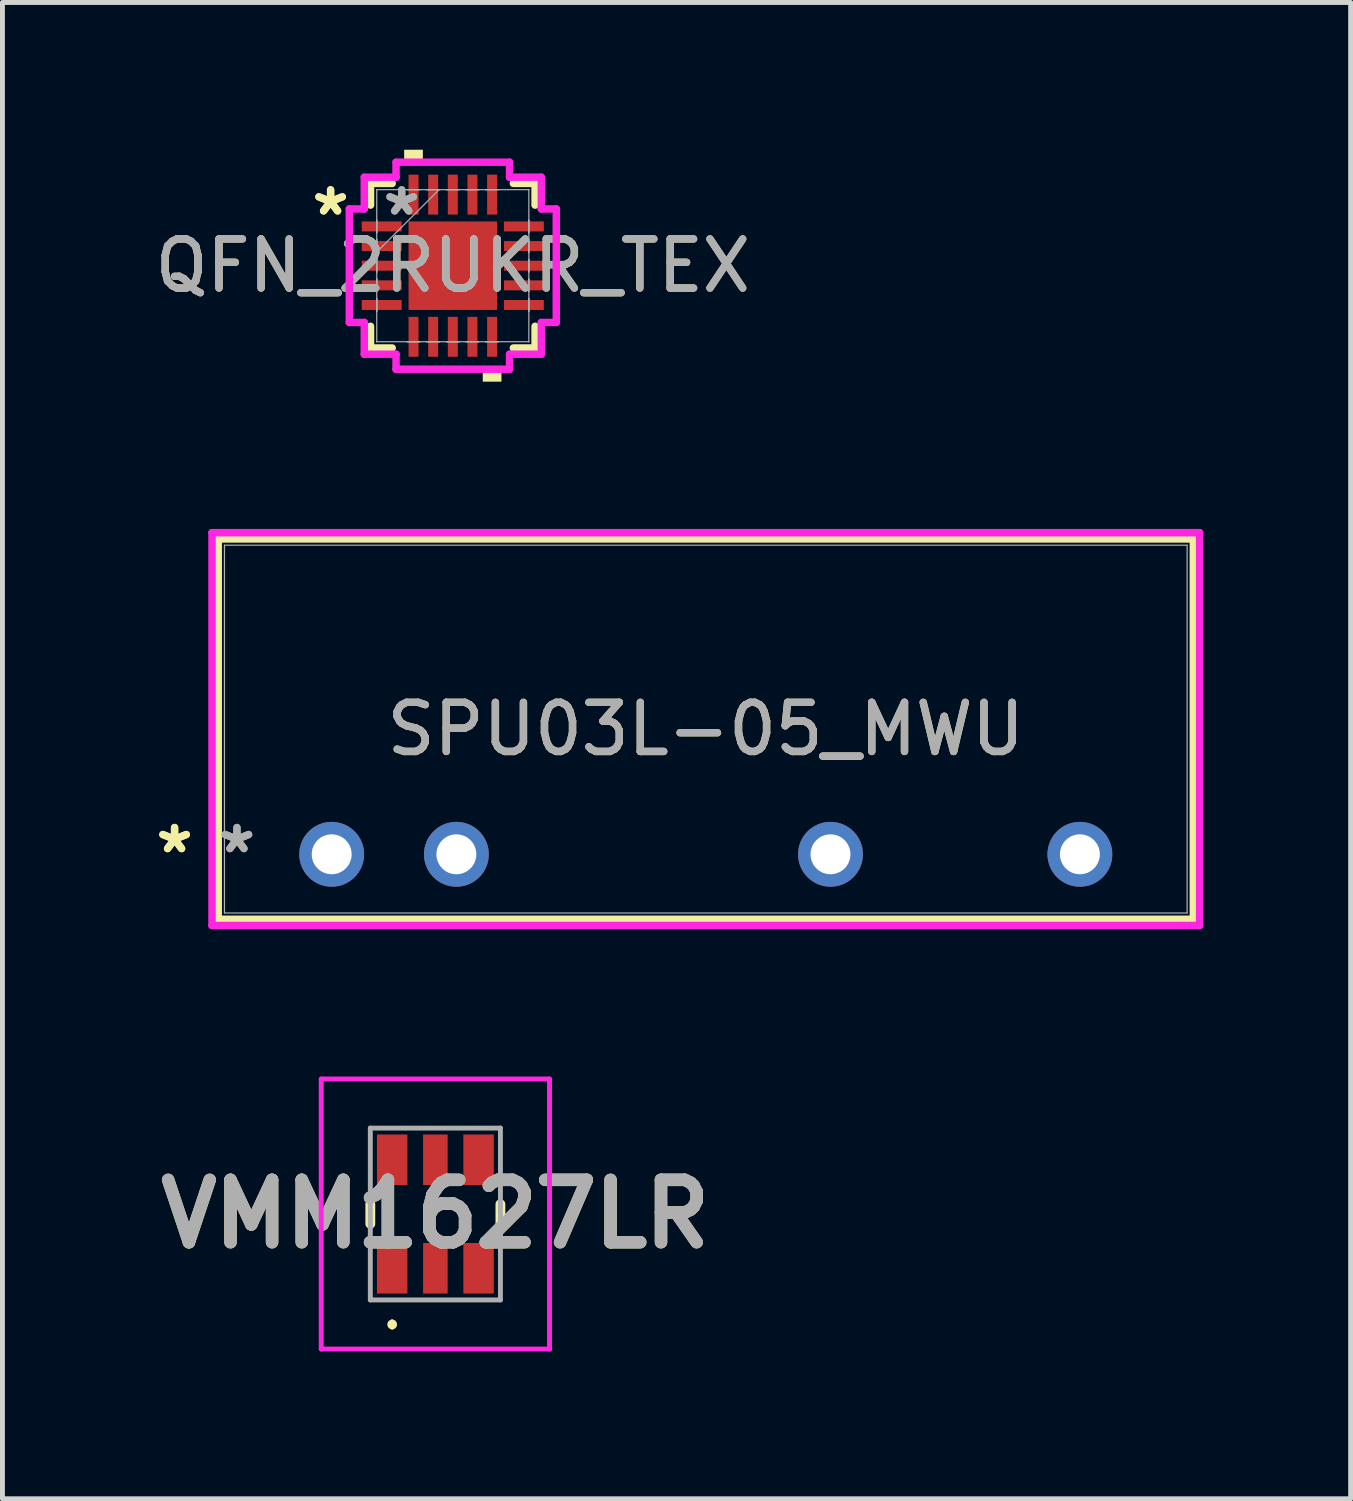
<source format=kicad_pcb>
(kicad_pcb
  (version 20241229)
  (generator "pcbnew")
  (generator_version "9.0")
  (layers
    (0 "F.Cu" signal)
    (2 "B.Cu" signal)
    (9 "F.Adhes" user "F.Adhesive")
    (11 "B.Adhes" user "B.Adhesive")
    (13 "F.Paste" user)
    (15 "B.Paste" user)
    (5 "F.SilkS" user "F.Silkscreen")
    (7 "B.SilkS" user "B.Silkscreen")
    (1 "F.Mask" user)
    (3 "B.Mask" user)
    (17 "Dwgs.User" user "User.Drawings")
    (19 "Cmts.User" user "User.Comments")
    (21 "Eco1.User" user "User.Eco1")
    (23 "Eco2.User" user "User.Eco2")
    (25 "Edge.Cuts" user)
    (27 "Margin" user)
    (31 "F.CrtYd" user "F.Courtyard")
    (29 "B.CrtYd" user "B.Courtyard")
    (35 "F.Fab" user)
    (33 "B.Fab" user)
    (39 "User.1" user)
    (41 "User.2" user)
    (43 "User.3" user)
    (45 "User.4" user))
  (footprint "QFN_2RUKR_TEX"
    (layer "F.Cu")
    (at 6.173 2.362)
    (property "Reference" "QFN_2RUKR_TEX" (at 0 0 0) (unlocked yes) (layer "F.SilkS") (effects (font (size 1 1) (thickness 0.15))))
    (attr smd)
    (fp_line (start -1.676 -1.676) (end -1.676 -1.234) (stroke (width 0.152) (type solid)) (layer "F.SilkS"))
    (fp_line (start -1.676 1.234) (end -1.676 1.676) (stroke (width 0.152) (type solid)) (layer "F.SilkS"))
    (fp_line (start -1.676 1.676) (end -1.234 1.676) (stroke (width 0.152) (type solid)) (layer "F.SilkS"))
    (fp_line (start -1.234 -1.676) (end -1.676 -1.676) (stroke (width 0.152) (type solid)) (layer "F.SilkS"))
    (fp_line (start 1.234 1.676) (end 1.676 1.676) (stroke (width 0.152) (type solid)) (layer "F.SilkS"))
    (fp_line (start 1.676 -1.676) (end 1.234 -1.676) (stroke (width 0.152) (type solid)) (layer "F.SilkS"))
    (fp_line (start 1.676 -1.234) (end 1.676 -1.676) (stroke (width 0.152) (type solid)) (layer "F.SilkS"))
    (fp_line (start 1.676 1.676) (end 1.676 1.234) (stroke (width 0.152) (type solid)) (layer "F.SilkS"))
    (fp_poly (pts (xy -0.991 -2.108) (xy -0.991 -2.362) (xy -0.61 -2.362) (xy -0.61 -2.108)) (stroke (width 0) (type solid)) (fill yes) (layer "F.SilkS"))
    (fp_poly (pts (xy 0.61 2.108) (xy 0.61 2.362) (xy 0.991 2.362) (xy 0.991 2.108)) (stroke (width 0) (type solid)) (fill yes) (layer "F.SilkS"))
    (fp_line (start -2.108 -1.156) (end -1.803 -1.156) (stroke (width 0.152) (type solid)) (layer "F.CrtYd"))
    (fp_line (start -2.108 1.156) (end -2.108 -1.156) (stroke (width 0.152) (type solid)) (layer "F.CrtYd"))
    (fp_line (start -1.803 -1.803) (end -1.156 -1.803) (stroke (width 0.152) (type solid)) (layer "F.CrtYd"))
    (fp_line (start -1.803 -1.156) (end -1.803 -1.803) (stroke (width 0.152) (type solid)) (layer "F.CrtYd"))
    (fp_line (start -1.803 1.156) (end -2.108 1.156) (stroke (width 0.152) (type solid)) (layer "F.CrtYd"))
    (fp_line (start -1.803 1.803) (end -1.803 1.156) (stroke (width 0.152) (type solid)) (layer "F.CrtYd"))
    (fp_line (start -1.156 -2.108) (end 1.156 -2.108) (stroke (width 0.152) (type solid)) (layer "F.CrtYd"))
    (fp_line (start -1.156 -1.803) (end -1.156 -2.108) (stroke (width 0.152) (type solid)) (layer "F.CrtYd"))
    (fp_line (start -1.156 1.803) (end -1.803 1.803) (stroke (width 0.152) (type solid)) (layer "F.CrtYd"))
    (fp_line (start -1.156 2.108) (end -1.156 1.803) (stroke (width 0.152) (type solid)) (layer "F.CrtYd"))
    (fp_line (start 1.156 -2.108) (end 1.156 -1.803) (stroke (width 0.152) (type solid)) (layer "F.CrtYd"))
    (fp_line (start 1.156 -1.803) (end 1.803 -1.803) (stroke (width 0.152) (type solid)) (layer "F.CrtYd"))
    (fp_line (start 1.156 1.803) (end 1.156 2.108) (stroke (width 0.152) (type solid)) (layer "F.CrtYd"))
    (fp_line (start 1.156 2.108) (end -1.156 2.108) (stroke (width 0.152) (type solid)) (layer "F.CrtYd"))
    (fp_line (start 1.803 -1.803) (end 1.803 -1.156) (stroke (width 0.152) (type solid)) (layer "F.CrtYd"))
    (fp_line (start 1.803 -1.156) (end 2.108 -1.156) (stroke (width 0.152) (type solid)) (layer "F.CrtYd"))
    (fp_line (start 1.803 1.156) (end 1.803 1.803) (stroke (width 0.152) (type solid)) (layer "F.CrtYd"))
    (fp_line (start 1.803 1.803) (end 1.156 1.803) (stroke (width 0.152) (type solid)) (layer "F.CrtYd"))
    (fp_line (start 2.108 -1.156) (end 2.108 1.156) (stroke (width 0.152) (type solid)) (layer "F.CrtYd"))
    (fp_line (start 2.108 1.156) (end 1.803 1.156) (stroke (width 0.152) (type solid)) (layer "F.CrtYd"))
    (fp_line (start -1.549 -1.549) (end -1.549 -1.549) (stroke (width 0.025) (type solid)) (layer "F.Fab"))
    (fp_line (start -1.549 -1.549) (end -1.549 1.549) (stroke (width 0.025) (type solid)) (layer "F.Fab"))
    (fp_line (start -1.549 -0.927) (end -1.549 -0.927) (stroke (width 0.025) (type solid)) (layer "F.Fab"))
    (fp_line (start -1.549 -0.927) (end -1.549 -0.673) (stroke (width 0.025) (type solid)) (layer "F.Fab"))
    (fp_line (start -1.549 -0.673) (end -1.549 -0.927) (stroke (width 0.025) (type solid)) (layer "F.Fab"))
    (fp_line (start -1.549 -0.673) (end -1.549 -0.673) (stroke (width 0.025) (type solid)) (layer "F.Fab"))
    (fp_line (start -1.549 -0.527) (end -1.549 -0.527) (stroke (width 0.025) (type solid)) (layer "F.Fab"))
    (fp_line (start -1.549 -0.527) (end -1.549 -0.273) (stroke (width 0.025) (type solid)) (layer "F.Fab"))
    (fp_line (start -1.549 -0.279) (end -0.279 -1.549) (stroke (width 0.025) (type solid)) (layer "F.Fab"))
    (fp_line (start -1.549 -0.273) (end -1.549 -0.527) (stroke (width 0.025) (type solid)) (layer "F.Fab"))
    (fp_line (start -1.549 -0.273) (end -1.549 -0.273) (stroke (width 0.025) (type solid)) (layer "F.Fab"))
    (fp_line (start -1.549 -0.127) (end -1.549 -0.127) (stroke (width 0.025) (type solid)) (layer "F.Fab"))
    (fp_line (start -1.549 -0.127) (end -1.549 0.127) (stroke (width 0.025) (type solid)) (layer "F.Fab"))
    (fp_line (start -1.549 0.127) (end -1.549 -0.127) (stroke (width 0.025) (type solid)) (layer "F.Fab"))
    (fp_line (start -1.549 0.127) (end -1.549 0.127) (stroke (width 0.025) (type solid)) (layer "F.Fab"))
    (fp_line (start -1.549 0.273) (end -1.549 0.273) (stroke (width 0.025) (type solid)) (layer "F.Fab"))
    (fp_line (start -1.549 0.273) (end -1.549 0.527) (stroke (width 0.025) (type solid)) (layer "F.Fab"))
    (fp_line (start -1.549 0.527) (end -1.549 0.273) (stroke (width 0.025) (type solid)) (layer "F.Fab"))
    (fp_line (start -1.549 0.527) (end -1.549 0.527) (stroke (width 0.025) (type solid)) (layer "F.Fab"))
    (fp_line (start -1.549 0.673) (end -1.549 0.673) (stroke (width 0.025) (type solid)) (layer "F.Fab"))
    (fp_line (start -1.549 0.673) (end -1.549 0.927) (stroke (width 0.025) (type solid)) (layer "F.Fab"))
    (fp_line (start -1.549 0.927) (end -1.549 0.673) (stroke (width 0.025) (type solid)) (layer "F.Fab"))
    (fp_line (start -1.549 0.927) (end -1.549 0.927) (stroke (width 0.025) (type solid)) (layer "F.Fab"))
    (fp_line (start -1.549 1.549) (end -1.549 1.549) (stroke (width 0.025) (type solid)) (layer "F.Fab"))
    (fp_line (start -1.549 1.549) (end 1.549 1.549) (stroke (width 0.025) (type solid)) (layer "F.Fab"))
    (fp_line (start -0.927 -1.549) (end -0.927 -1.549) (stroke (width 0.025) (type solid)) (layer "F.Fab"))
    (fp_line (start -0.927 -1.549) (end -0.673 -1.549) (stroke (width 0.025) (type solid)) (layer "F.Fab"))
    (fp_line (start -0.927 1.549) (end -0.927 1.549) (stroke (width 0.025) (type solid)) (layer "F.Fab"))
    (fp_line (start -0.927 1.549) (end -0.673 1.549) (stroke (width 0.025) (type solid)) (layer "F.Fab"))
    (fp_line (start -0.673 -1.549) (end -0.927 -1.549) (stroke (width 0.025) (type solid)) (layer "F.Fab"))
    (fp_line (start -0.673 -1.549) (end -0.673 -1.549) (stroke (width 0.025) (type solid)) (layer "F.Fab"))
    (fp_line (start -0.673 1.549) (end -0.927 1.549) (stroke (width 0.025) (type solid)) (layer "F.Fab"))
    (fp_line (start -0.673 1.549) (end -0.673 1.549) (stroke (width 0.025) (type solid)) (layer "F.Fab"))
    (fp_line (start -0.527 -1.549) (end -0.527 -1.549) (stroke (width 0.025) (type solid)) (layer "F.Fab"))
    (fp_line (start -0.527 -1.549) (end -0.273 -1.549) (stroke (width 0.025) (type solid)) (layer "F.Fab"))
    (fp_line (start -0.527 1.549) (end -0.527 1.549) (stroke (width 0.025) (type solid)) (layer "F.Fab"))
    (fp_line (start -0.527 1.549) (end -0.273 1.549) (stroke (width 0.025) (type solid)) (layer "F.Fab"))
    (fp_line (start -0.273 -1.549) (end -0.527 -1.549) (stroke (width 0.025) (type solid)) (layer "F.Fab"))
    (fp_line (start -0.273 -1.549) (end -0.273 -1.549) (stroke (width 0.025) (type solid)) (layer "F.Fab"))
    (fp_line (start -0.273 1.549) (end -0.527 1.549) (stroke (width 0.025) (type solid)) (layer "F.Fab"))
    (fp_line (start -0.273 1.549) (end -0.273 1.549) (stroke (width 0.025) (type solid)) (layer "F.Fab"))
    (fp_line (start -0.127 -1.549) (end -0.127 -1.549) (stroke (width 0.025) (type solid)) (layer "F.Fab"))
    (fp_line (start -0.127 -1.549) (end 0.127 -1.549) (stroke (width 0.025) (type solid)) (layer "F.Fab"))
    (fp_line (start -0.127 1.549) (end -0.127 1.549) (stroke (width 0.025) (type solid)) (layer "F.Fab"))
    (fp_line (start -0.127 1.549) (end 0.127 1.549) (stroke (width 0.025) (type solid)) (layer "F.Fab"))
    (fp_line (start 0.127 -1.549) (end -0.127 -1.549) (stroke (width 0.025) (type solid)) (layer "F.Fab"))
    (fp_line (start 0.127 -1.549) (end 0.127 -1.549) (stroke (width 0.025) (type solid)) (layer "F.Fab"))
    (fp_line (start 0.127 1.549) (end -0.127 1.549) (stroke (width 0.025) (type solid)) (layer "F.Fab"))
    (fp_line (start 0.127 1.549) (end 0.127 1.549) (stroke (width 0.025) (type solid)) (layer "F.Fab"))
    (fp_line (start 0.273 -1.549) (end 0.273 -1.549) (stroke (width 0.025) (type solid)) (layer "F.Fab"))
    (fp_line (start 0.273 -1.549) (end 0.527 -1.549) (stroke (width 0.025) (type solid)) (layer "F.Fab"))
    (fp_line (start 0.273 1.549) (end 0.273 1.549) (stroke (width 0.025) (type solid)) (layer "F.Fab"))
    (fp_line (start 0.273 1.549) (end 0.527 1.549) (stroke (width 0.025) (type solid)) (layer "F.Fab"))
    (fp_line (start 0.527 -1.549) (end 0.273 -1.549) (stroke (width 0.025) (type solid)) (layer "F.Fab"))
    (fp_line (start 0.527 -1.549) (end 0.527 -1.549) (stroke (width 0.025) (type solid)) (layer "F.Fab"))
    (fp_line (start 0.527 1.549) (end 0.273 1.549) (stroke (width 0.025) (type solid)) (layer "F.Fab"))
    (fp_line (start 0.527 1.549) (end 0.527 1.549) (stroke (width 0.025) (type solid)) (layer "F.Fab"))
    (fp_line (start 0.673 -1.549) (end 0.673 -1.549) (stroke (width 0.025) (type solid)) (layer "F.Fab"))
    (fp_line (start 0.673 -1.549) (end 0.927 -1.549) (stroke (width 0.025) (type solid)) (layer "F.Fab"))
    (fp_line (start 0.673 1.549) (end 0.673 1.549) (stroke (width 0.025) (type solid)) (layer "F.Fab"))
    (fp_line (start 0.673 1.549) (end 0.927 1.549) (stroke (width 0.025) (type solid)) (layer "F.Fab"))
    (fp_line (start 0.927 -1.549) (end 0.673 -1.549) (stroke (width 0.025) (type solid)) (layer "F.Fab"))
    (fp_line (start 0.927 -1.549) (end 0.927 -1.549) (stroke (width 0.025) (type solid)) (layer "F.Fab"))
    (fp_line (start 0.927 1.549) (end 0.673 1.549) (stroke (width 0.025) (type solid)) (layer "F.Fab"))
    (fp_line (start 0.927 1.549) (end 0.927 1.549) (stroke (width 0.025) (type solid)) (layer "F.Fab"))
    (fp_line (start 1.549 -1.549) (end -1.549 -1.549) (stroke (width 0.025) (type solid)) (layer "F.Fab"))
    (fp_line (start 1.549 -1.549) (end 1.549 -1.549) (stroke (width 0.025) (type solid)) (layer "F.Fab"))
    (fp_line (start 1.549 -0.927) (end 1.549 -0.927) (stroke (width 0.025) (type solid)) (layer "F.Fab"))
    (fp_line (start 1.549 -0.927) (end 1.549 -0.673) (stroke (width 0.025) (type solid)) (layer "F.Fab"))
    (fp_line (start 1.549 -0.673) (end 1.549 -0.927) (stroke (width 0.025) (type solid)) (layer "F.Fab"))
    (fp_line (start 1.549 -0.673) (end 1.549 -0.673) (stroke (width 0.025) (type solid)) (layer "F.Fab"))
    (fp_line (start 1.549 -0.527) (end 1.549 -0.527) (stroke (width 0.025) (type solid)) (layer "F.Fab"))
    (fp_line (start 1.549 -0.527) (end 1.549 -0.273) (stroke (width 0.025) (type solid)) (layer "F.Fab"))
    (fp_line (start 1.549 -0.273) (end 1.549 -0.527) (stroke (width 0.025) (type solid)) (layer "F.Fab"))
    (fp_line (start 1.549 -0.273) (end 1.549 -0.273) (stroke (width 0.025) (type solid)) (layer "F.Fab"))
    (fp_line (start 1.549 -0.127) (end 1.549 -0.127) (stroke (width 0.025) (type solid)) (layer "F.Fab"))
    (fp_line (start 1.549 -0.127) (end 1.549 0.127) (stroke (width 0.025) (type solid)) (layer "F.Fab"))
    (fp_line (start 1.549 0.127) (end 1.549 -0.127) (stroke (width 0.025) (type solid)) (layer "F.Fab"))
    (fp_line (start 1.549 0.127) (end 1.549 0.127) (stroke (width 0.025) (type solid)) (layer "F.Fab"))
    (fp_line (start 1.549 0.273) (end 1.549 0.273) (stroke (width 0.025) (type solid)) (layer "F.Fab"))
    (fp_line (start 1.549 0.273) (end 1.549 0.527) (stroke (width 0.025) (type solid)) (layer "F.Fab"))
    (fp_line (start 1.549 0.527) (end 1.549 0.273) (stroke (width 0.025) (type solid)) (layer "F.Fab"))
    (fp_line (start 1.549 0.527) (end 1.549 0.527) (stroke (width 0.025) (type solid)) (layer "F.Fab"))
    (fp_line (start 1.549 0.673) (end 1.549 0.673) (stroke (width 0.025) (type solid)) (layer "F.Fab"))
    (fp_line (start 1.549 0.673) (end 1.549 0.927) (stroke (width 0.025) (type solid)) (layer "F.Fab"))
    (fp_line (start 1.549 0.927) (end 1.549 0.673) (stroke (width 0.025) (type solid)) (layer "F.Fab"))
    (fp_line (start 1.549 0.927) (end 1.549 0.927) (stroke (width 0.025) (type solid)) (layer "F.Fab"))
    (fp_line (start 1.549 1.549) (end 1.549 -1.549) (stroke (width 0.025) (type solid)) (layer "F.Fab"))
    (fp_line (start 1.549 1.549) (end 1.549 1.549) (stroke (width 0.025) (type solid)) (layer "F.Fab"))
    (fp_text user "*" (at -2.489 -1 0) (layer "F.SilkS") (effects (font (size 1 1) (thickness 0.15))))
    (fp_text user "*" (at -2.489 -1 0) (unlocked yes) (layer "F.SilkS") (effects (font (size 1 1) (thickness 0.15))))
    (fp_text user "${REFERENCE}" (at 0 0 0) (unlocked yes) (layer "F.Fab") (effects (font (size 1 1) (thickness 0.15))))
    (fp_text user "*" (at -1.041 -1 0) (layer "F.Fab") (effects (font (size 1 1) (thickness 0.15))))
    (fp_text user "*" (at -1.041 -1 0) (unlocked yes) (layer "F.Fab") (effects (font (size 1 1) (thickness 0.15))))
    (pad "1" smd rect (at -1.448 -0.8 90) (size 0.203 0.813) (layers "F.Cu" "F.Mask" "F.Paste"))
    (pad "2" smd rect (at -1.448 -0.4 90) (size 0.203 0.813) (layers "F.Cu" "F.Mask" "F.Paste"))
    (pad "3" smd rect (at -1.448 0 90) (size 0.203 0.813) (layers "F.Cu" "F.Mask" "F.Paste"))
    (pad "4" smd rect (at -1.448 0.4 90) (size 0.203 0.813) (layers "F.Cu" "F.Mask" "F.Paste"))
    (pad "5" smd rect (at -1.448 0.8 90) (size 0.203 0.813) (layers "F.Cu" "F.Mask" "F.Paste"))
    (pad "6" smd rect (at -0.8 1.448) (size 0.203 0.813) (layers "F.Cu" "F.Mask" "F.Paste"))
    (pad "7" smd rect (at -0.4 1.448) (size 0.203 0.813) (layers "F.Cu" "F.Mask" "F.Paste"))
    (pad "8" smd rect (at 0 1.448) (size 0.203 0.813) (layers "F.Cu" "F.Mask" "F.Paste"))
    (pad "9" smd rect (at 0.4 1.448) (size 0.203 0.813) (layers "F.Cu" "F.Mask" "F.Paste"))
    (pad "10" smd rect (at 0.8 1.448) (size 0.203 0.813) (layers "F.Cu" "F.Mask" "F.Paste"))
    (pad "11" smd rect (at 1.448 0.8 90) (size 0.203 0.813) (layers "F.Cu" "F.Mask" "F.Paste"))
    (pad "12" smd rect (at 1.448 0.4 90) (size 0.203 0.813) (layers "F.Cu" "F.Mask" "F.Paste"))
    (pad "13" smd rect (at 1.448 0 90) (size 0.203 0.813) (layers "F.Cu" "F.Mask" "F.Paste"))
    (pad "14" smd rect (at 1.448 -0.4 90) (size 0.203 0.813) (layers "F.Cu" "F.Mask" "F.Paste"))
    (pad "15" smd rect (at 1.448 -0.8 90) (size 0.203 0.813) (layers "F.Cu" "F.Mask" "F.Paste"))
    (pad "16" smd rect (at 0.8 -1.448) (size 0.203 0.813) (layers "F.Cu" "F.Mask" "F.Paste"))
    (pad "17" smd rect (at 0.4 -1.448) (size 0.203 0.813) (layers "F.Cu" "F.Mask" "F.Paste"))
    (pad "18" smd rect (at 0 -1.448) (size 0.203 0.813) (layers "F.Cu" "F.Mask" "F.Paste"))
    (pad "19" smd rect (at -0.4 -1.448) (size 0.203 0.813) (layers "F.Cu" "F.Mask" "F.Paste"))
    (pad "20" smd rect (at -0.8 -1.448) (size 0.203 0.813) (layers "F.Cu" "F.Mask" "F.Paste"))
    (pad "21" smd rect (at 0 0) (size 1.803 1.803) (layers "F.Cu" "F.Mask" "F.Paste")))
  (footprint "SPU03L-05_MWU"
    (layer "F.Cu")
    (at 3.706 14.351)
    (property "Reference" "SPU03L-05_MWU" (at 7.62 -2.55 0) (unlocked yes) (layer "F.SilkS") (effects (font (size 1 1) (thickness 0.15))))
    (attr through_hole)
    (fp_line (start -2.311 -6.423) (end -2.311 1.323) (stroke (width 0.152) (type solid)) (layer "F.SilkS"))
    (fp_line (start -2.311 1.323) (end 17.551 1.323) (stroke (width 0.152) (type solid)) (layer "F.SilkS"))
    (fp_line (start 17.551 -6.423) (end -2.311 -6.423) (stroke (width 0.152) (type solid)) (layer "F.SilkS"))
    (fp_line (start 17.551 1.323) (end 17.551 -6.423) (stroke (width 0.152) (type solid)) (layer "F.SilkS"))
    (fp_line (start -2.438 -6.551) (end 17.678 -6.551) (stroke (width 0.152) (type solid)) (layer "F.CrtYd"))
    (fp_line (start -2.438 1.45) (end -2.438 -6.551) (stroke (width 0.152) (type solid)) (layer "F.CrtYd"))
    (fp_line (start 17.678 -6.551) (end 17.678 1.45) (stroke (width 0.152) (type solid)) (layer "F.CrtYd"))
    (fp_line (start 17.678 1.45) (end -2.438 1.45) (stroke (width 0.152) (type solid)) (layer "F.CrtYd"))
    (fp_line (start -2.184 -6.296) (end -2.184 1.196) (stroke (width 0.025) (type solid)) (layer "F.Fab"))
    (fp_line (start -2.184 1.196) (end 17.424 1.196) (stroke (width 0.025) (type solid)) (layer "F.Fab"))
    (fp_line (start 17.424 -6.296) (end -2.184 -6.296) (stroke (width 0.025) (type solid)) (layer "F.Fab"))
    (fp_line (start 17.424 1.196) (end 17.424 -6.296) (stroke (width 0.025) (type solid)) (layer "F.Fab"))
    (fp_text user "*" (at -3.2 0 0) (layer "F.SilkS") (effects (font (size 1 1) (thickness 0.15))))
    (fp_text user "*" (at -3.2 0 0) (unlocked yes) (layer "F.SilkS") (effects (font (size 1 1) (thickness 0.15))))
    (fp_text user "*" (at -1.93 0 0) (unlocked yes) (layer "F.Fab") (effects (font (size 1 1) (thickness 0.15))))
    (fp_text user "*" (at -1.93 0 0) (layer "F.Fab") (effects (font (size 1 1) (thickness 0.15))))
    (fp_text user "${REFERENCE}" (at 7.62 -2.55 0) (unlocked yes) (layer "F.Fab") (effects (font (size 1 1) (thickness 0.15))))
    (pad "1" thru_hole circle (at 0 0) (size 1.321 1.321) (drill 0.813) (layers "*.Cu" "*.Mask"))
    (pad "2" thru_hole circle (at 2.54 0) (size 1.321 1.321) (drill 0.813) (layers "*.Cu" "*.Mask"))
    (pad "5" thru_hole circle (at 10.16 0) (size 1.321 1.321) (drill 0.813) (layers "*.Cu" "*.Mask"))
    (pad "7" thru_hole circle (at 15.24 0) (size 1.321 1.321) (drill 0.813) (layers "*.Cu" "*.Mask")))
  (footprint "VMM1627LR"
    (layer "F.Cu")
    (at 5.818 21.678)
    (property "Reference" "VMM1627LR" (at 0 0 0) (layer "F.SilkS") (effects (font (size 1.27 1.27) (thickness 0.254))))
    (attr smd)
    (fp_line (start -1.325 0.2) (end -1.325 -0.2) (stroke (width 0.2) (type solid)) (layer "F.SilkS"))
    (fp_line (start -0.88 2.2) (end -0.88 2.2) (stroke (width 0.1) (type solid)) (layer "F.SilkS"))
    (fp_line (start -0.88 2.3) (end -0.88 2.3) (stroke (width 0.1) (type solid)) (layer "F.SilkS"))
    (fp_line (start 1.325 0.2) (end 1.325 -0.2) (stroke (width 0.2) (type solid)) (layer "F.SilkS"))
    (fp_arc (start -0.88 2.2) (mid -0.83 2.25) (end -0.88 2.3) (stroke (width 0.1) (type solid)) (layer "F.SilkS"))
    (fp_arc (start -0.88 2.3) (mid -0.93 2.25) (end -0.88 2.2) (stroke (width 0.1) (type solid)) (layer "F.SilkS"))
    (fp_line (start -2.325 -2.75) (end -2.325 2.75) (stroke (width 0.1) (type solid)) (layer "F.CrtYd"))
    (fp_line (start -2.325 2.75) (end 2.325 2.75) (stroke (width 0.1) (type solid)) (layer "F.CrtYd"))
    (fp_line (start 2.325 -2.75) (end -2.325 -2.75) (stroke (width 0.1) (type solid)) (layer "F.CrtYd"))
    (fp_line (start 2.325 2.75) (end 2.325 -2.75) (stroke (width 0.1) (type solid)) (layer "F.CrtYd"))
    (fp_line (start -1.325 -1.75) (end -1.325 1.75) (stroke (width 0.1) (type solid)) (layer "F.Fab"))
    (fp_line (start -1.325 1.75) (end 1.325 1.75) (stroke (width 0.1) (type solid)) (layer "F.Fab"))
    (fp_line (start 1.325 -1.75) (end -1.325 -1.75) (stroke (width 0.1) (type solid)) (layer "F.Fab"))
    (fp_line (start 1.325 1.75) (end 1.325 -1.75) (stroke (width 0.1) (type solid)) (layer "F.Fab"))
    (fp_text user "${REFERENCE}" (at 0 0 0) (layer "F.Fab") (effects (font (size 1.27 1.27) (thickness 0.254))))
    (pad "1" smd rect (at -0.88 1.105) (size 0.62 1.03) (layers "F.Cu" "F.Mask" "F.Paste"))
    (pad "2" smd rect (at 0 1.105) (size 0.5 1.03) (layers "F.Cu" "F.Mask" "F.Paste"))
    (pad "3" smd rect (at 0.88 1.105) (size 0.62 1.03) (layers "F.Cu" "F.Mask" "F.Paste"))
    (pad "4" smd rect (at 0.88 -1.105) (size 0.62 1.03) (layers "F.Cu" "F.Mask" "F.Paste"))
    (pad "5" smd rect (at 0 -1.105) (size 0.5 1.03) (layers "F.Cu" "F.Mask" "F.Paste"))
    (pad "6" smd rect (at -0.88 -1.105) (size 0.62 1.03) (layers "F.Cu" "F.Mask" "F.Paste")))
  (gr_rect
    (start -3 -3)
    (end 24.461 27.478)
    (stroke (width 0.1) (type default))
    (fill no)
    (layer "Edge.Cuts")))
</source>
